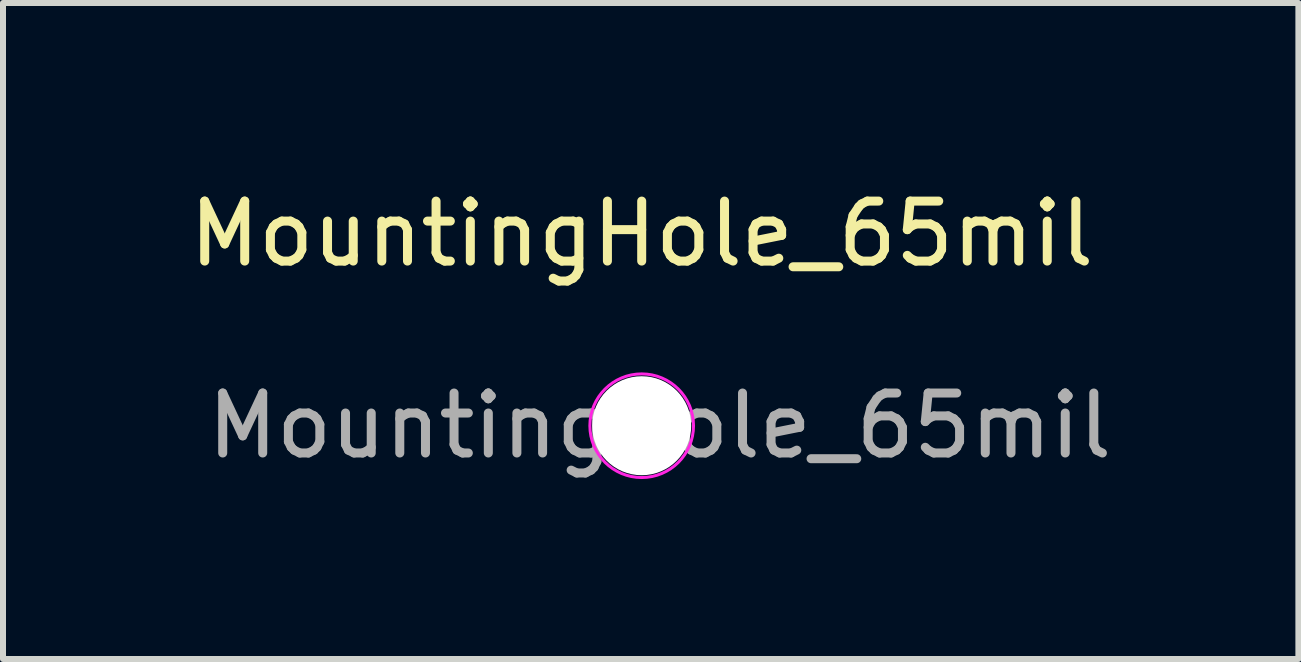
<source format=kicad_pcb>
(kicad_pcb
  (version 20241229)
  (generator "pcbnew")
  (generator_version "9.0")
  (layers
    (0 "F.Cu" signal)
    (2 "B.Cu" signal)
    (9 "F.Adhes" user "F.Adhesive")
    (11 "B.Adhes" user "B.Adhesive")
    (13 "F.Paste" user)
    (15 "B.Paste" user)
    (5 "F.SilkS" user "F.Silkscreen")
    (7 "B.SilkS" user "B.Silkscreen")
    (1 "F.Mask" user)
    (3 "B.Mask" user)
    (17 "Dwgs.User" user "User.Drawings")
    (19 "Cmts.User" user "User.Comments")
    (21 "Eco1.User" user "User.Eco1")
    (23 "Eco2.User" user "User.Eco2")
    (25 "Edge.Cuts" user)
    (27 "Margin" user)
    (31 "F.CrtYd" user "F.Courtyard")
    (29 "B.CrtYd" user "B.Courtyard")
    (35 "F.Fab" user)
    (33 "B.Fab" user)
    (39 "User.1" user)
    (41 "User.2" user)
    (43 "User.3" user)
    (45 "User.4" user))
  (footprint "MountingHole_65mil"
    (layer "F.Cu")
    (at 7.649 4.048)
    (property "Reference" "MountingHole_65mil" (at 0 -3.2 0) (layer "F.SilkS") (effects (font (size 1 1) (thickness 0.15))))
    (attr exclude_from_pos_files exclude_from_bom)
    (fp_circle (center 0 0) (end 0.864 0) (stroke (width 0.05) (type solid)) (fill no) (layer "F.CrtYd"))
    (fp_text user "${REFERENCE}" (at 0.3 0 0) (layer "F.Fab") (effects (font (size 1 1) (thickness 0.15))))
    (pad "" np_thru_hole circle (at 0 0) (size 1.651 1.651) (drill 1.651) (layers "*.Cu" "*.Mask")))
  (gr_rect
    (start -3 -3)
    (end 18.598 7.937)
    (stroke (width 0.1) (type default))
    (fill no)
    (layer "Edge.Cuts")))
</source>
